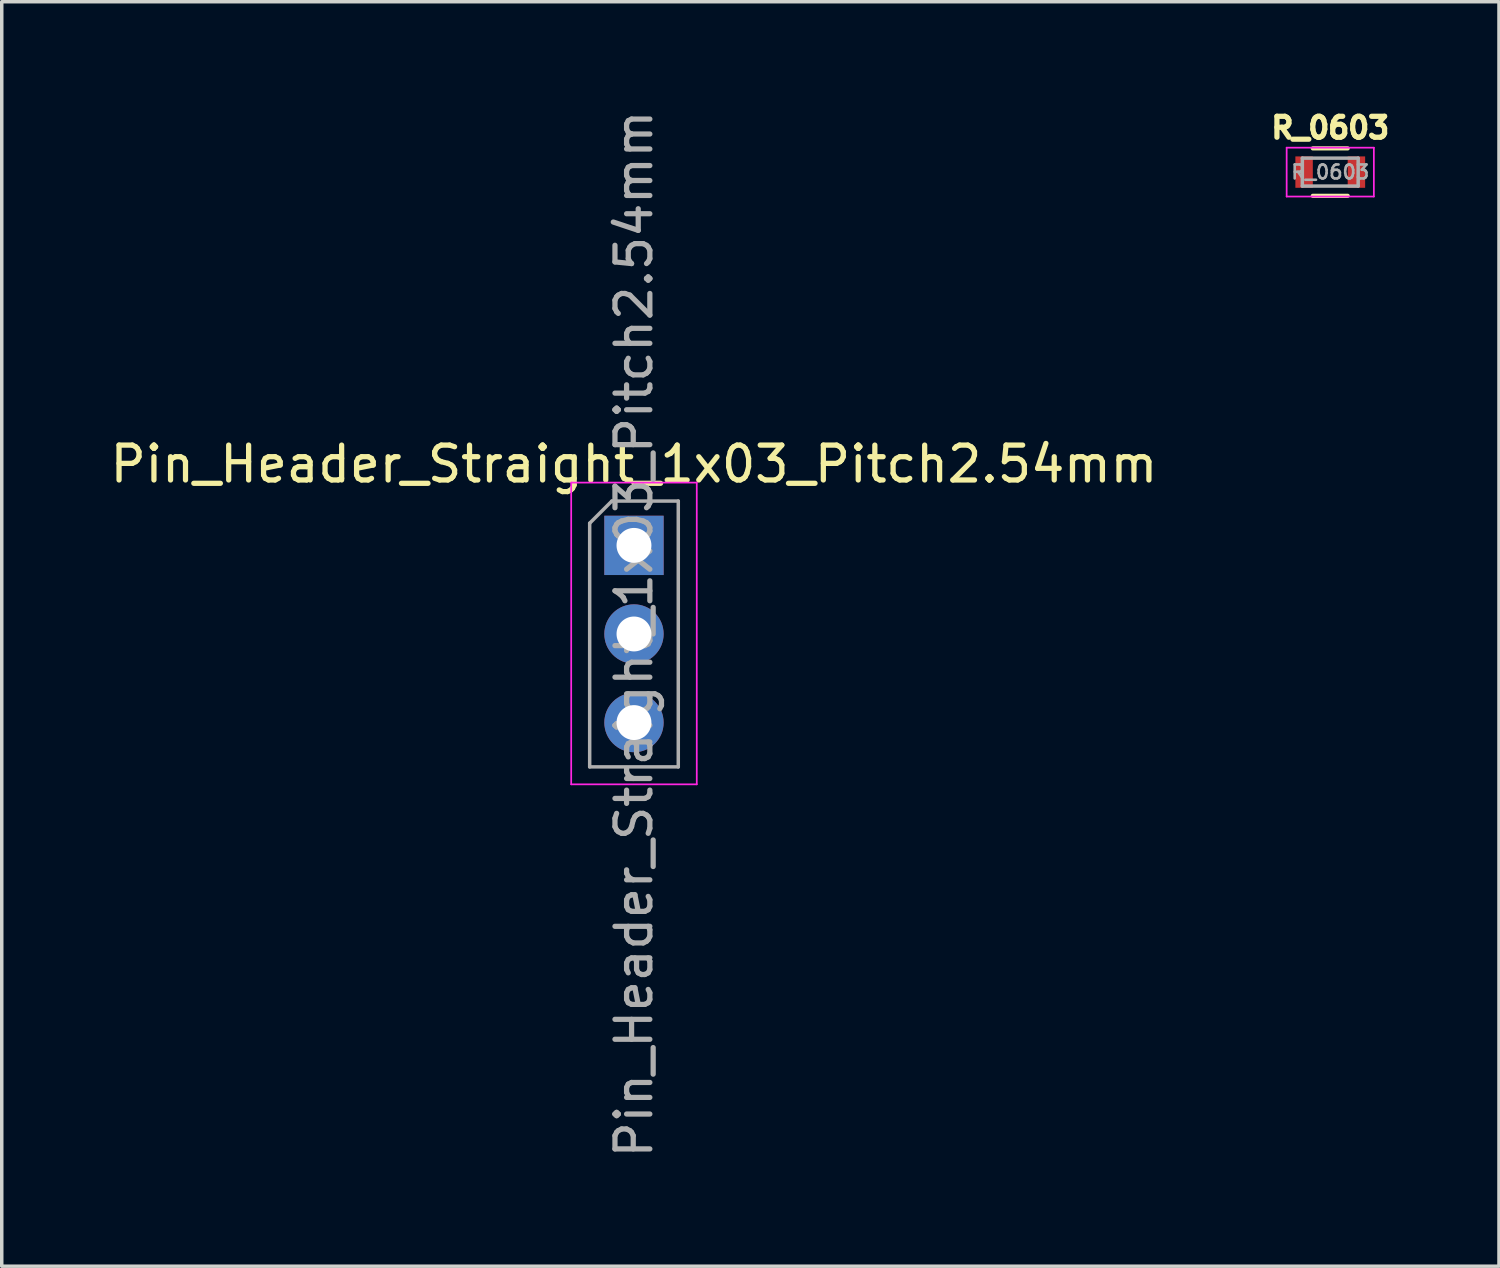
<source format=kicad_pcb>
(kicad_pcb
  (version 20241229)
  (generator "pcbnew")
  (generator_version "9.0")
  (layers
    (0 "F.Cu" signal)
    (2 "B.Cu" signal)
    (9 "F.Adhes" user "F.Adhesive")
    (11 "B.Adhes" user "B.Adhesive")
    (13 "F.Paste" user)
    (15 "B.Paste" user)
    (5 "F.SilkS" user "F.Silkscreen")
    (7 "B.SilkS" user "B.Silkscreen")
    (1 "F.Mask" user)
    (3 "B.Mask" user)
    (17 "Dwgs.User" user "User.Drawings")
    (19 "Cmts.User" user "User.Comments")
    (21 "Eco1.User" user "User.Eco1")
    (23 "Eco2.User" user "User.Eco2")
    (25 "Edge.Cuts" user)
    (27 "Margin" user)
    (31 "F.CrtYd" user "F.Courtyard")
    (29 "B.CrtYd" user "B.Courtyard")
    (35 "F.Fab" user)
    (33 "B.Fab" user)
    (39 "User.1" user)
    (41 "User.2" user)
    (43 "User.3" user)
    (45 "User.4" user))
  (footprint "R_0603"
    (layer "F.Cu")
    (at 35.086 1.884)
    (property "Reference" "R_0603" (at 0 -1.27 0) (layer "F.SilkS") (effects (font (size 0.6 0.6) (thickness 0.15))))
    (attr smd)
    (fp_line (start -0.5 -0.68) (end 0.5 -0.68) (stroke (width 0.12) (type solid)) (layer "F.SilkS"))
    (fp_line (start 0.5 0.68) (end -0.5 0.68) (stroke (width 0.12) (type solid)) (layer "F.SilkS"))
    (fp_line (start -1.25 -0.7) (end -1.25 0.7) (stroke (width 0.05) (type solid)) (layer "F.CrtYd"))
    (fp_line (start -1.25 -0.7) (end 1.25 -0.7) (stroke (width 0.05) (type solid)) (layer "F.CrtYd"))
    (fp_line (start 1.25 0.7) (end -1.25 0.7) (stroke (width 0.05) (type solid)) (layer "F.CrtYd"))
    (fp_line (start 1.25 0.7) (end 1.25 -0.7) (stroke (width 0.05) (type solid)) (layer "F.CrtYd"))
    (fp_line (start -0.8 -0.4) (end 0.8 -0.4) (stroke (width 0.1) (type solid)) (layer "F.Fab"))
    (fp_line (start -0.8 0.4) (end -0.8 -0.4) (stroke (width 0.1) (type solid)) (layer "F.Fab"))
    (fp_line (start 0.8 -0.4) (end 0.8 0.4) (stroke (width 0.1) (type solid)) (layer "F.Fab"))
    (fp_line (start 0.8 0.4) (end -0.8 0.4) (stroke (width 0.1) (type solid)) (layer "F.Fab"))
    (fp_text user "${REFERENCE}" (at 0 0 0) (layer "F.Fab") (effects (font (size 0.4 0.4) (thickness 0.075))))
    (pad "1" smd rect (at -0.75 0) (size 0.5 0.9) (layers "F.Cu" "F.Mask" "F.Paste"))
    (pad "2" smd rect (at 0.75 0) (size 0.5 0.9) (layers "F.Cu" "F.Mask" "F.Paste")))
  (footprint "Pin_Header_Straight_1x03_Pitch2.54mm"
    (layer "F.Cu")
    (at 15.125 12.585)
    (property "Reference" "Pin_Header_Straight_1x03_Pitch2.54mm" (at 0 -2.33 0) (layer "F.SilkS") (effects (font (size 1 1) (thickness 0.15))))
    (attr through_hole)
    (fp_line (start -1.8 -1.8) (end -1.8 6.85) (stroke (width 0.05) (type solid)) (layer "F.CrtYd"))
    (fp_line (start -1.8 6.85) (end 1.8 6.85) (stroke (width 0.05) (type solid)) (layer "F.CrtYd"))
    (fp_line (start 1.8 -1.8) (end -1.8 -1.8) (stroke (width 0.05) (type solid)) (layer "F.CrtYd"))
    (fp_line (start 1.8 6.85) (end 1.8 -1.8) (stroke (width 0.05) (type solid)) (layer "F.CrtYd"))
    (fp_line (start -1.27 -0.635) (end -0.635 -1.27) (stroke (width 0.1) (type solid)) (layer "F.Fab"))
    (fp_line (start -1.27 6.35) (end -1.27 -0.635) (stroke (width 0.1) (type solid)) (layer "F.Fab"))
    (fp_line (start -0.635 -1.27) (end 1.27 -1.27) (stroke (width 0.1) (type solid)) (layer "F.Fab"))
    (fp_line (start 1.27 -1.27) (end 1.27 6.35) (stroke (width 0.1) (type solid)) (layer "F.Fab"))
    (fp_line (start 1.27 6.35) (end -1.27 6.35) (stroke (width 0.1) (type solid)) (layer "F.Fab"))
    (fp_text user "${REFERENCE}" (at 0 2.54 90) (layer "F.Fab") (effects (font (size 1 1) (thickness 0.15))))
    (pad "1" thru_hole rect (at 0 0) (size 1.7 1.7) (drill 1) (layers "*.Cu" "*.Mask"))
    (pad "2" thru_hole oval (at 0 2.54) (size 1.7 1.7) (drill 1) (layers "*.Cu" "*.Mask"))
    (pad "3" thru_hole oval (at 0 5.08) (size 1.7 1.7) (drill 1) (layers "*.Cu" "*.Mask")))
  (gr_rect
    (start -3 -3)
    (end 39.923 33.25)
    (stroke (width 0.1) (type default))
    (fill no)
    (layer "Edge.Cuts")))
</source>
